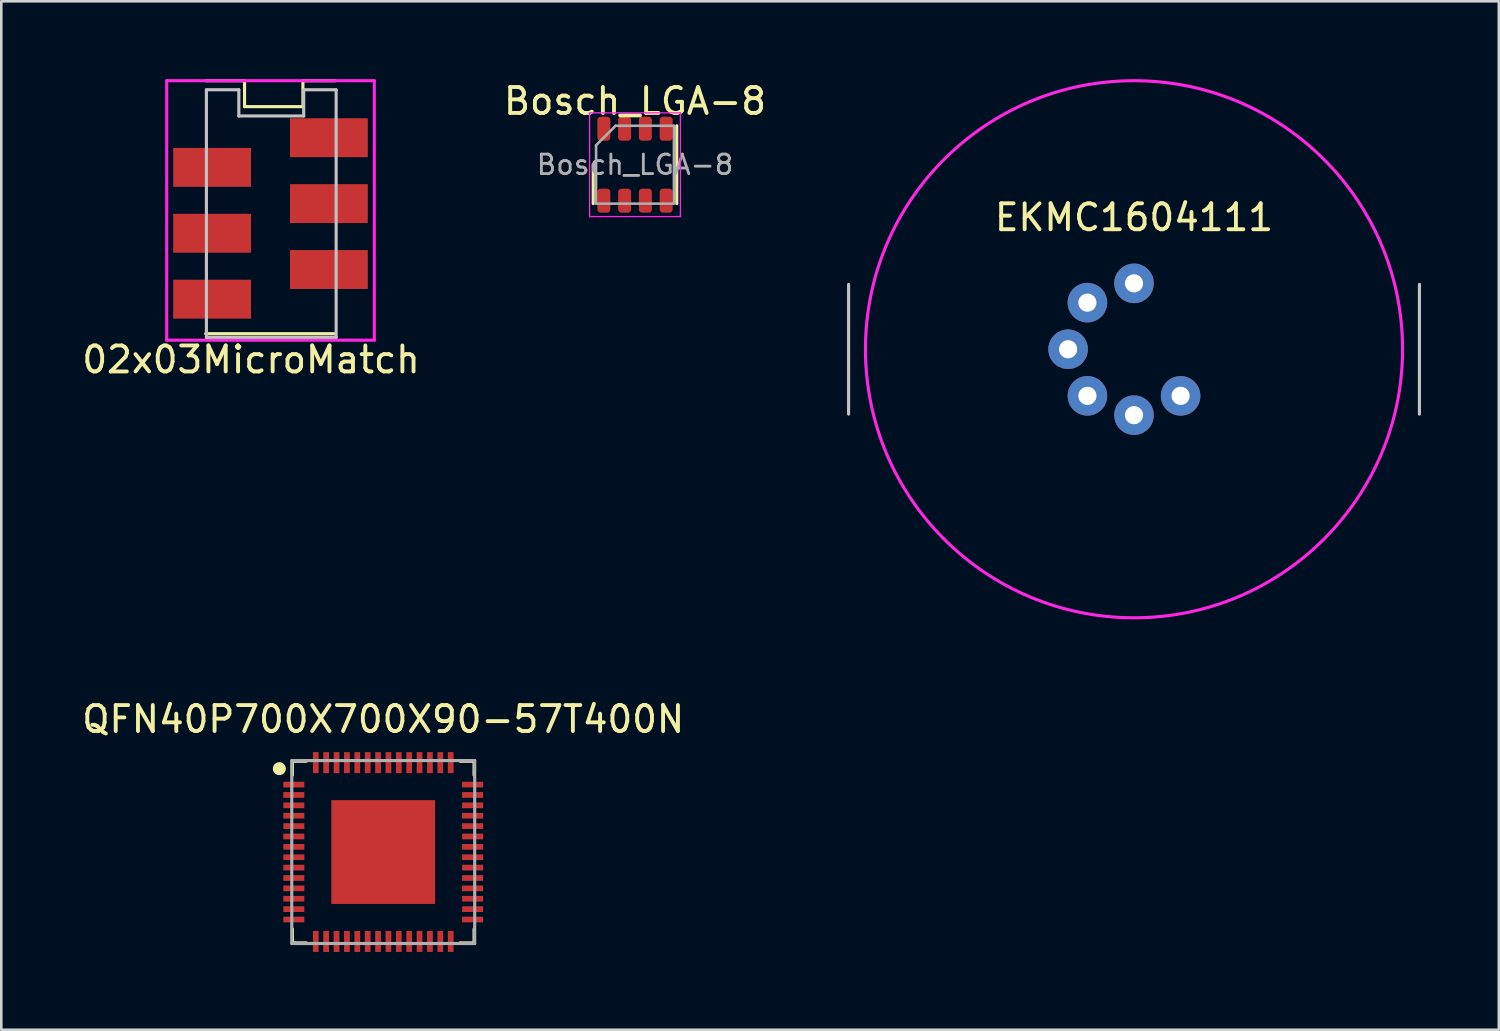
<source format=kicad_pcb>
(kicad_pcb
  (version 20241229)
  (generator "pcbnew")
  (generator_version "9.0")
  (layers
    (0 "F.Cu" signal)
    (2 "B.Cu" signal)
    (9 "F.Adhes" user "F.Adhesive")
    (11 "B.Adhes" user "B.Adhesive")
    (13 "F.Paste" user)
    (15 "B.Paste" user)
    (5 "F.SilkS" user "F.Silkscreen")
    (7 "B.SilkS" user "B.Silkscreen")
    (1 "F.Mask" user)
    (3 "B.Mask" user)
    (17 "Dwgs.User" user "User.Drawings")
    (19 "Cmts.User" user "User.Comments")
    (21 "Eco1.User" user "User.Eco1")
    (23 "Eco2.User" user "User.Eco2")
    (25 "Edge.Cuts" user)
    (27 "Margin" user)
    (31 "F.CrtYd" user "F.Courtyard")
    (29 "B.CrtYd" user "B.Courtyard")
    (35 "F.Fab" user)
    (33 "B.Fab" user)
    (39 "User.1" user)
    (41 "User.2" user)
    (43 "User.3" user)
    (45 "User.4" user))
  (footprint "02x03MicroMatch"
    (layer "F.Cu")
    (at 7.375 5.337)
    (property "Reference" "02x03MicroMatch" (at -0.75 5.473 180) (layer "F.SilkS") (effects (font (size 1 1) (thickness 0.15))))
    (attr through_hole)
    (fp_line (start -1 -5.277) (end -2.5 -5.277) (stroke (width 0.12) (type solid)) (layer "F.SilkS"))
    (fp_line (start -1 -4.277) (end -1 -5.277) (stroke (width 0.12) (type solid)) (layer "F.SilkS"))
    (fp_line (start 1.25 -5.277) (end 1.25 -4.277) (stroke (width 0.12) (type solid)) (layer "F.SilkS"))
    (fp_line (start 1.25 -4.277) (end -1 -4.277) (stroke (width 0.12) (type solid)) (layer "F.SilkS"))
    (fp_line (start 2.5 -5.277) (end 1.25 -5.277) (stroke (width 0.12) (type solid)) (layer "F.SilkS"))
    (fp_line (start 2.5 4.473) (end -2.5 4.473) (stroke (width 0.12) (type solid)) (layer "F.SilkS"))
    (fp_line (start -2.47 -4.927) (end -1.22 -4.927) (stroke (width 0.12) (type solid)) (layer "Dwgs.User"))
    (fp_line (start -2.47 4.613) (end -2.47 -4.927) (stroke (width 0.12) (type solid)) (layer "Dwgs.User"))
    (fp_line (start -1.22 -4.927) (end -1.22 -3.917) (stroke (width 0.12) (type solid)) (layer "Dwgs.User"))
    (fp_line (start -1.22 -3.917) (end 1.28 -3.917) (stroke (width 0.12) (type solid)) (layer "Dwgs.User"))
    (fp_line (start 1.28 -4.927) (end 1.28 -3.917) (stroke (width 0.12) (type solid)) (layer "Dwgs.User"))
    (fp_line (start 2.53 -4.927) (end 1.28 -4.927) (stroke (width 0.12) (type solid)) (layer "Dwgs.User"))
    (fp_line (start 2.53 4.613) (end -2.47 4.613) (stroke (width 0.12) (type solid)) (layer "Dwgs.User"))
    (fp_line (start 2.53 4.613) (end 2.53 -4.927) (stroke (width 0.12) (type solid)) (layer "Dwgs.User"))
    (fp_line (start -4 -5.277) (end 4 -5.277) (stroke (width 0.12) (type solid)) (layer "F.CrtYd"))
    (fp_line (start -4 4.723) (end -4 -5.277) (stroke (width 0.12) (type solid)) (layer "F.CrtYd"))
    (fp_line (start 4 -5.277) (end 4 4.723) (stroke (width 0.12) (type solid)) (layer "F.CrtYd"))
    (fp_line (start 4 4.723) (end -4 4.723) (stroke (width 0.12) (type solid)) (layer "F.CrtYd"))
    (pad "1" smd rect (at 2.25 -3.08 180) (size 3 1.5) (layers "F.Cu" "F.Mask" "F.Paste"))
    (pad "2" smd rect (at -2.25 -1.937 180) (size 3 1.5) (layers "F.Cu" "F.Mask" "F.Paste"))
    (pad "3" smd rect (at 2.25 -0.54 180) (size 3 1.5) (layers "F.Cu" "F.Mask" "F.Paste"))
    (pad "4" smd rect (at -2.25 0.603 180) (size 3 1.5) (layers "F.Cu" "F.Mask" "F.Paste"))
    (pad "5" smd rect (at 2.25 2 180) (size 3 1.5) (layers "F.Cu" "F.Mask" "F.Paste"))
    (pad "6" smd rect (at -2.25 3.143 180) (size 3 1.5) (layers "F.Cu" "F.Mask" "F.Paste")))
  (footprint "QFN40P700X700X90-57T400N"
    (layer "F.Cu")
    (at 11.72 29.788)
    (property "Reference" "QFN40P700X700X90-57T400N" (at 0 -5.12 0) (layer "F.SilkS") (effects (font (size 1 1) (thickness 0.15))))
    (attr through_hole)
    (fp_line (start -3.5 -3.5) (end -2.964 -3.5) (stroke (width 0.12) (type solid)) (layer "F.SilkS"))
    (fp_line (start -3.5 -2.964) (end -3.5 -3.5) (stroke (width 0.12) (type solid)) (layer "F.SilkS"))
    (fp_line (start -3.5 2.964) (end -3.5 3.5) (stroke (width 0.12) (type solid)) (layer "F.SilkS"))
    (fp_line (start -3.5 3.5) (end -2.964 3.5) (stroke (width 0.12) (type solid)) (layer "F.SilkS"))
    (fp_line (start 3.5 -3.5) (end 2.964 -3.5) (stroke (width 0.12) (type solid)) (layer "F.SilkS"))
    (fp_line (start 3.5 -2.964) (end 3.5 -3.5) (stroke (width 0.12) (type solid)) (layer "F.SilkS"))
    (fp_line (start 3.5 2.964) (end 3.5 3.5) (stroke (width 0.12) (type solid)) (layer "F.SilkS"))
    (fp_line (start 3.5 3.5) (end 2.964 3.5) (stroke (width 0.12) (type solid)) (layer "F.SilkS"))
    (fp_circle (center -4.004 -3.214) (end -3.754 -3.214) (stroke (width 0) (type solid)) (fill yes) (layer "F.SilkS"))
    (fp_line (start -3.525 -3.525) (end 3.525 -3.525) (stroke (width 0.12) (type solid)) (layer "F.Fab"))
    (fp_line (start -3.525 3.525) (end -3.525 -3.525) (stroke (width 0.12) (type solid)) (layer "F.Fab"))
    (fp_line (start 3.525 -3.525) (end 3.525 3.525) (stroke (width 0.12) (type solid)) (layer "F.Fab"))
    (fp_line (start 3.525 3.525) (end -3.525 3.525) (stroke (width 0.12) (type solid)) (layer "F.Fab"))
    (pad "1" smd rect (at -3.445 -2.6) (size 0.81 0.22) (layers "F.Cu" "F.Mask" "F.Paste"))
    (pad "2" smd rect (at -3.445 -2.2) (size 0.81 0.22) (layers "F.Cu" "F.Mask" "F.Paste"))
    (pad "3" smd rect (at -3.445 -1.8) (size 0.81 0.22) (layers "F.Cu" "F.Mask" "F.Paste"))
    (pad "4" smd rect (at -3.445 -1.4) (size 0.81 0.22) (layers "F.Cu" "F.Mask" "F.Paste"))
    (pad "5" smd rect (at -3.445 -1) (size 0.81 0.22) (layers "F.Cu" "F.Mask" "F.Paste"))
    (pad "6" smd rect (at -3.445 -0.6) (size 0.81 0.22) (layers "F.Cu" "F.Mask" "F.Paste"))
    (pad "7" smd rect (at -3.445 -0.2) (size 0.81 0.22) (layers "F.Cu" "F.Mask" "F.Paste"))
    (pad "8" smd rect (at -3.445 0.2) (size 0.81 0.22) (layers "F.Cu" "F.Mask" "F.Paste"))
    (pad "9" smd rect (at -3.445 0.6) (size 0.81 0.22) (layers "F.Cu" "F.Mask" "F.Paste"))
    (pad "10" smd rect (at -3.445 1) (size 0.81 0.22) (layers "F.Cu" "F.Mask" "F.Paste"))
    (pad "11" smd rect (at -3.445 1.4) (size 0.81 0.22) (layers "F.Cu" "F.Mask" "F.Paste"))
    (pad "12" smd rect (at -3.445 1.8) (size 0.81 0.22) (layers "F.Cu" "F.Mask" "F.Paste"))
    (pad "13" smd rect (at -3.445 2.2) (size 0.81 0.22) (layers "F.Cu" "F.Mask" "F.Paste"))
    (pad "14" smd rect (at -3.445 2.6) (size 0.81 0.22) (layers "F.Cu" "F.Mask" "F.Paste"))
    (pad "15" smd rect (at -2.6 3.445) (size 0.22 0.81) (layers "F.Cu" "F.Mask" "F.Paste"))
    (pad "16" smd rect (at -2.2 3.445) (size 0.22 0.81) (layers "F.Cu" "F.Mask" "F.Paste"))
    (pad "17" smd rect (at -1.8 3.445) (size 0.22 0.81) (layers "F.Cu" "F.Mask" "F.Paste"))
    (pad "18" smd rect (at -1.4 3.445) (size 0.22 0.81) (layers "F.Cu" "F.Mask" "F.Paste"))
    (pad "19" smd rect (at -1 3.445) (size 0.22 0.81) (layers "F.Cu" "F.Mask" "F.Paste"))
    (pad "20" smd rect (at -0.6 3.445) (size 0.22 0.81) (layers "F.Cu" "F.Mask" "F.Paste"))
    (pad "21" smd rect (at -0.2 3.445) (size 0.22 0.81) (layers "F.Cu" "F.Mask" "F.Paste"))
    (pad "22" smd rect (at 0.2 3.445) (size 0.22 0.81) (layers "F.Cu" "F.Mask" "F.Paste"))
    (pad "23" smd rect (at 0.6 3.445) (size 0.22 0.81) (layers "F.Cu" "F.Mask" "F.Paste"))
    (pad "24" smd rect (at 1 3.445) (size 0.22 0.81) (layers "F.Cu" "F.Mask" "F.Paste"))
    (pad "25" smd rect (at 1.4 3.445) (size 0.22 0.81) (layers "F.Cu" "F.Mask" "F.Paste"))
    (pad "26" smd rect (at 1.8 3.445) (size 0.22 0.81) (layers "F.Cu" "F.Mask" "F.Paste"))
    (pad "27" smd rect (at 2.2 3.445) (size 0.22 0.81) (layers "F.Cu" "F.Mask" "F.Paste"))
    (pad "28" smd rect (at 2.6 3.445) (size 0.22 0.81) (layers "F.Cu" "F.Mask" "F.Paste"))
    (pad "29" smd rect (at 3.445 2.6) (size 0.81 0.22) (layers "F.Cu" "F.Mask" "F.Paste"))
    (pad "30" smd rect (at 3.445 2.2) (size 0.81 0.22) (layers "F.Cu" "F.Mask" "F.Paste"))
    (pad "31" smd rect (at 3.445 1.8) (size 0.81 0.22) (layers "F.Cu" "F.Mask" "F.Paste"))
    (pad "32" smd rect (at 3.445 1.4) (size 0.81 0.22) (layers "F.Cu" "F.Mask" "F.Paste"))
    (pad "33" smd rect (at 3.445 1) (size 0.81 0.22) (layers "F.Cu" "F.Mask" "F.Paste"))
    (pad "34" smd rect (at 3.445 0.6) (size 0.81 0.22) (layers "F.Cu" "F.Mask" "F.Paste"))
    (pad "35" smd rect (at 3.445 0.2) (size 0.81 0.22) (layers "F.Cu" "F.Mask" "F.Paste"))
    (pad "36" smd rect (at 3.445 -0.2) (size 0.81 0.22) (layers "F.Cu" "F.Mask" "F.Paste"))
    (pad "37" smd rect (at 3.445 -0.6) (size 0.81 0.22) (layers "F.Cu" "F.Mask" "F.Paste"))
    (pad "38" smd rect (at 3.445 -1) (size 0.81 0.22) (layers "F.Cu" "F.Mask" "F.Paste"))
    (pad "39" smd rect (at 3.445 -1.4) (size 0.81 0.22) (layers "F.Cu" "F.Mask" "F.Paste"))
    (pad "40" smd rect (at 3.445 -1.8) (size 0.81 0.22) (layers "F.Cu" "F.Mask" "F.Paste"))
    (pad "41" smd rect (at 3.445 -2.2) (size 0.81 0.22) (layers "F.Cu" "F.Mask" "F.Paste"))
    (pad "42" smd rect (at 3.445 -2.6) (size 0.81 0.22) (layers "F.Cu" "F.Mask" "F.Paste"))
    (pad "43" smd rect (at 2.6 -3.445) (size 0.22 0.81) (layers "F.Cu" "F.Mask" "F.Paste"))
    (pad "44" smd rect (at 2.2 -3.445) (size 0.22 0.81) (layers "F.Cu" "F.Mask" "F.Paste"))
    (pad "45" smd rect (at 1.8 -3.445) (size 0.22 0.81) (layers "F.Cu" "F.Mask" "F.Paste"))
    (pad "46" smd rect (at 1.4 -3.445) (size 0.22 0.81) (layers "F.Cu" "F.Mask" "F.Paste"))
    (pad "47" smd rect (at 1 -3.445) (size 0.22 0.81) (layers "F.Cu" "F.Mask" "F.Paste"))
    (pad "48" smd rect (at 0.6 -3.445) (size 0.22 0.81) (layers "F.Cu" "F.Mask" "F.Paste"))
    (pad "49" smd rect (at 0.2 -3.445) (size 0.22 0.81) (layers "F.Cu" "F.Mask" "F.Paste"))
    (pad "50" smd rect (at -0.2 -3.445) (size 0.22 0.81) (layers "F.Cu" "F.Mask" "F.Paste"))
    (pad "51" smd rect (at -0.6 -3.445) (size 0.22 0.81) (layers "F.Cu" "F.Mask" "F.Paste"))
    (pad "52" smd rect (at -1 -3.445) (size 0.22 0.81) (layers "F.Cu" "F.Mask" "F.Paste"))
    (pad "53" smd rect (at -1.4 -3.445) (size 0.22 0.81) (layers "F.Cu" "F.Mask" "F.Paste"))
    (pad "54" smd rect (at -1.8 -3.445) (size 0.22 0.81) (layers "F.Cu" "F.Mask" "F.Paste"))
    (pad "55" smd rect (at -2.2 -3.445) (size 0.22 0.81) (layers "F.Cu" "F.Mask" "F.Paste"))
    (pad "56" smd rect (at -2.6 -3.445) (size 0.22 0.81) (layers "F.Cu" "F.Mask" "F.Paste"))
    (pad "57" smd rect (at 0 0) (size 4 4) (layers "F.Cu" "F.Mask" "F.Paste")))
  (footprint "EKMC1604111"
    (layer "F.Cu")
    (at 40.655 10.41)
    (property "Reference" "EKMC1604111" (at 0 -5.08 0) (unlocked yes) (layer "F.SilkS") (effects (font (size 1 1) (thickness 0.15))))
    (attr through_hole)
    (fp_line (start -11 -2.5) (end -11 2.5) (stroke (width 0.12) (type solid)) (layer "Dwgs.User"))
    (fp_line (start 11 -2.5) (end 11 2.5) (stroke (width 0.12) (type solid)) (layer "Dwgs.User"))
    (fp_circle (center 0 0) (end 10.35 0) (stroke (width 0.12) (type solid)) (fill no) (layer "F.CrtYd"))
    (pad "1" thru_hole circle (at 0 2.54) (size 1.524 1.524) (drill 0.7) (layers "*.Cu" "*.Mask"))
    (pad "1" thru_hole circle (at 1.796 1.796) (size 1.524 1.524) (drill 0.7) (layers "*.Cu" "*.Mask"))
    (pad "2" thru_hole circle (at -2.54 0) (size 1.524 1.524) (drill 0.7) (layers "*.Cu" "*.Mask"))
    (pad "2" thru_hole circle (at -1.796 1.796) (size 1.524 1.524) (drill 0.7) (layers "*.Cu" "*.Mask"))
    (pad "3" thru_hole circle (at -1.796 -1.796) (size 1.524 1.524) (drill 0.7) (layers "*.Cu" "*.Mask"))
    (pad "3" thru_hole circle (at 0 -2.54) (size 1.524 1.524) (drill 0.7) (layers "*.Cu" "*.Mask")))
  (footprint "Bosch_LGA-8"
    (layer "F.Cu")
    (at 21.423 3.298)
    (property "Reference" "Bosch_LGA-8" (at 0 -2.45 0) (layer "F.SilkS") (effects (font (size 1 1) (thickness 0.15))))
    (attr smd)
    (fp_line (start -1.61 0) (end -1.61 1.5) (stroke (width 0.12) (type solid)) (layer "F.SilkS"))
    (fp_line (start 1.61 -1.5) (end 1.61 1.5) (stroke (width 0.12) (type solid)) (layer "F.SilkS"))
    (fp_line (start -1.75 -2) (end -1.75 2) (stroke (width 0.05) (type solid)) (layer "F.CrtYd"))
    (fp_line (start -1.75 2) (end 1.75 2) (stroke (width 0.05) (type solid)) (layer "F.CrtYd"))
    (fp_line (start 1.75 -2) (end -1.75 -2) (stroke (width 0.05) (type solid)) (layer "F.CrtYd"))
    (fp_line (start 1.75 2) (end 1.75 -2) (stroke (width 0.05) (type solid)) (layer "F.CrtYd"))
    (fp_line (start -1.5 -0.75) (end -0.75 -1.5) (stroke (width 0.1) (type solid)) (layer "F.Fab"))
    (fp_line (start -1.5 1.5) (end -1.5 -0.75) (stroke (width 0.1) (type solid)) (layer "F.Fab"))
    (fp_line (start -0.75 -1.5) (end 1.5 -1.5) (stroke (width 0.1) (type solid)) (layer "F.Fab"))
    (fp_line (start 1.5 -1.5) (end 1.5 1.5) (stroke (width 0.1) (type solid)) (layer "F.Fab"))
    (fp_line (start 1.5 1.5) (end -1.5 1.5) (stroke (width 0.1) (type solid)) (layer "F.Fab"))
    (fp_text user "${REFERENCE}" (at 0 0 0) (layer "F.Fab") (effects (font (size 0.75 0.75) (thickness 0.11))))
    (pad "1" smd roundrect (at -1.2 -1.387) (size 0.5 0.925) (layers "F.Cu" "F.Mask" "F.Paste") (roundrect_rratio 0.25))
    (pad "2" smd roundrect (at -0.4 -1.387) (size 0.5 0.925) (layers "F.Cu" "F.Mask" "F.Paste") (roundrect_rratio 0.25))
    (pad "3" smd roundrect (at 0.4 -1.387) (size 0.5 0.925) (layers "F.Cu" "F.Mask" "F.Paste") (roundrect_rratio 0.25))
    (pad "4" smd roundrect (at 1.2 -1.387) (size 0.5 0.925) (layers "F.Cu" "F.Mask" "F.Paste") (roundrect_rratio 0.25))
    (pad "5" smd roundrect (at 1.2 1.387) (size 0.5 0.925) (layers "F.Cu" "F.Mask" "F.Paste") (roundrect_rratio 0.25))
    (pad "6" smd roundrect (at 0.4 1.387) (size 0.5 0.925) (layers "F.Cu" "F.Mask" "F.Paste") (roundrect_rratio 0.25))
    (pad "7" smd roundrect (at -0.4 1.387) (size 0.5 0.925) (layers "F.Cu" "F.Mask" "F.Paste") (roundrect_rratio 0.25))
    (pad "8" smd roundrect (at -1.2 1.387) (size 0.5 0.925) (layers "F.Cu" "F.Mask" "F.Paste") (roundrect_rratio 0.25)))
  (gr_rect
    (start -3 -3)
    (end 54.715 36.638)
    (stroke (width 0.1) (type default))
    (fill no)
    (layer "Edge.Cuts")))
</source>
